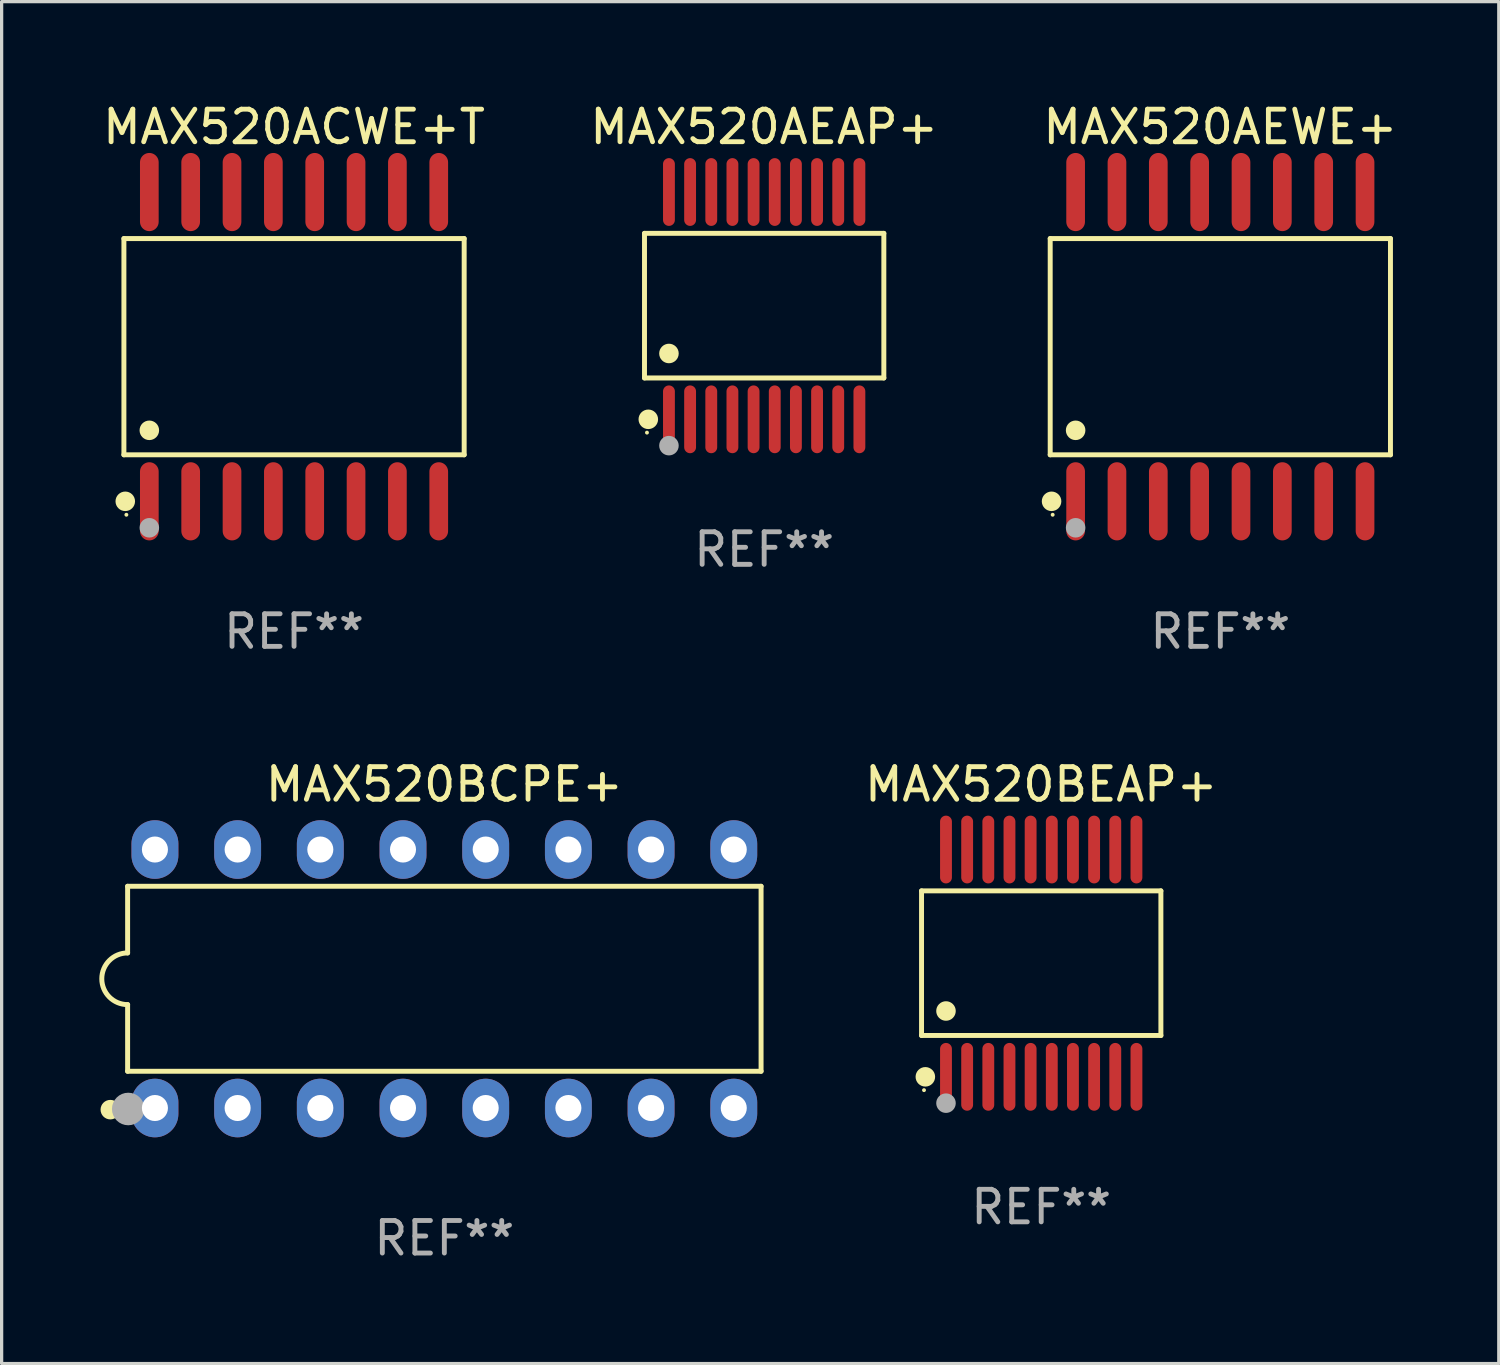
<source format=kicad_pcb>
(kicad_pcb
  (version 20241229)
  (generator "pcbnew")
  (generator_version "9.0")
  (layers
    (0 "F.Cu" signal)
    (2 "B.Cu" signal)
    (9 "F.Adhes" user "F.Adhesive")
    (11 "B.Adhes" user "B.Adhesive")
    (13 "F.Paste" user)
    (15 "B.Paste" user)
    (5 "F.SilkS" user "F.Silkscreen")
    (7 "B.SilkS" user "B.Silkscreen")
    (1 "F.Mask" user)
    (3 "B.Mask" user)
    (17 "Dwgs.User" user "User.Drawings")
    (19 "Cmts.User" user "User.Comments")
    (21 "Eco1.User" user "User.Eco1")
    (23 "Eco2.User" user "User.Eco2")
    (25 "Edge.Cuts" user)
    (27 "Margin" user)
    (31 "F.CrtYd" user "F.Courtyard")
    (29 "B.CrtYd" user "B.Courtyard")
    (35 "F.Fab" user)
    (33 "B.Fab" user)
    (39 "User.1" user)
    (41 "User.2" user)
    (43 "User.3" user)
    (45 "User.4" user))
  (footprint "MAX520BEAP+"
    (layer "F.Cu")
    (at 28.933 26.536)
    (property "Reference" "MAX520BEAP+" (at 0 -5.491 0) (layer "F.SilkS") (effects (font (size 1 1) (thickness 0.15))))
    (attr through_hole)
    (fp_line (start -3.676 -2.221) (end 3.676 -2.221) (stroke (width 0.152) (type solid)) (layer "F.SilkS"))
    (fp_line (start -3.676 2.221) (end -3.676 -2.221) (stroke (width 0.152) (type solid)) (layer "F.SilkS"))
    (fp_line (start 3.676 -2.221) (end 3.676 2.221) (stroke (width 0.152) (type solid)) (layer "F.SilkS"))
    (fp_line (start 3.676 2.221) (end -3.676 2.221) (stroke (width 0.152) (type solid)) (layer "F.SilkS"))
    (fp_circle (center -3.6 3.9) (end -3.57 3.9) (stroke (width 0.06) (type solid)) (fill no) (layer "F.SilkS"))
    (fp_circle (center -3.559 3.491) (end -3.409 3.491) (stroke (width 0.3) (type solid)) (fill no) (layer "F.SilkS"))
    (fp_circle (center -2.925 1.469) (end -2.775 1.469) (stroke (width 0.3) (type solid)) (fill no) (layer "F.SilkS"))
    (fp_circle (center -2.925 4.3) (end -2.775 4.3) (stroke (width 0.3) (type solid)) (fill no) (layer "F.Fab"))
    (fp_text user "REF**" (at 0 7.491 0) (layer "F.Fab") (effects (font (size 1 1) (thickness 0.15))))
    (pad "1" smd oval (at -2.925 3.491) (size 0.364 2.082) (layers "F.Cu" "F.Mask" "F.Paste"))
    (pad "2" smd oval (at -2.275 3.491) (size 0.364 2.082) (layers "F.Cu" "F.Mask" "F.Paste"))
    (pad "3" smd oval (at -1.625 3.491) (size 0.364 2.082) (layers "F.Cu" "F.Mask" "F.Paste"))
    (pad "4" smd oval (at -0.975 3.491) (size 0.364 2.082) (layers "F.Cu" "F.Mask" "F.Paste"))
    (pad "5" smd oval (at -0.325 3.491) (size 0.364 2.082) (layers "F.Cu" "F.Mask" "F.Paste"))
    (pad "6" smd oval (at 0.325 3.491) (size 0.364 2.082) (layers "F.Cu" "F.Mask" "F.Paste"))
    (pad "7" smd oval (at 0.975 3.491) (size 0.364 2.082) (layers "F.Cu" "F.Mask" "F.Paste"))
    (pad "8" smd oval (at 1.625 3.491) (size 0.364 2.082) (layers "F.Cu" "F.Mask" "F.Paste"))
    (pad "9" smd oval (at 2.275 3.491) (size 0.364 2.082) (layers "F.Cu" "F.Mask" "F.Paste"))
    (pad "10" smd oval (at 2.925 3.491) (size 0.364 2.082) (layers "F.Cu" "F.Mask" "F.Paste"))
    (pad "11" smd oval (at 2.925 -3.491) (size 0.364 2.082) (layers "F.Cu" "F.Mask" "F.Paste"))
    (pad "12" smd oval (at 2.275 -3.491) (size 0.364 2.082) (layers "F.Cu" "F.Mask" "F.Paste"))
    (pad "13" smd oval (at 1.625 -3.491) (size 0.364 2.082) (layers "F.Cu" "F.Mask" "F.Paste"))
    (pad "14" smd oval (at 0.975 -3.491) (size 0.364 2.082) (layers "F.Cu" "F.Mask" "F.Paste"))
    (pad "15" smd oval (at 0.325 -3.491) (size 0.364 2.082) (layers "F.Cu" "F.Mask" "F.Paste"))
    (pad "16" smd oval (at -0.325 -3.491) (size 0.364 2.082) (layers "F.Cu" "F.Mask" "F.Paste"))
    (pad "17" smd oval (at -0.975 -3.491) (size 0.364 2.082) (layers "F.Cu" "F.Mask" "F.Paste"))
    (pad "18" smd oval (at -1.625 -3.491) (size 0.364 2.082) (layers "F.Cu" "F.Mask" "F.Paste"))
    (pad "19" smd oval (at -2.275 -3.491) (size 0.364 2.082) (layers "F.Cu" "F.Mask" "F.Paste"))
    (pad "20" smd oval (at -2.925 -3.491) (size 0.364 2.082) (layers "F.Cu" "F.Mask" "F.Paste")))
  (footprint "MAX520AEWE+"
    (layer "F.Cu")
    (at 34.435 7.599)
    (property "Reference" "MAX520AEWE+" (at 0 -6.75 0) (layer "F.SilkS") (effects (font (size 1 1) (thickness 0.15))))
    (attr through_hole)
    (fp_line (start -5.226 -3.321) (end 5.226 -3.321) (stroke (width 0.152) (type solid)) (layer "F.SilkS"))
    (fp_line (start -5.226 3.321) (end -5.226 -3.321) (stroke (width 0.152) (type solid)) (layer "F.SilkS"))
    (fp_line (start 5.226 -3.321) (end 5.226 3.321) (stroke (width 0.152) (type solid)) (layer "F.SilkS"))
    (fp_line (start 5.226 3.321) (end -5.226 3.321) (stroke (width 0.152) (type solid)) (layer "F.SilkS"))
    (fp_circle (center -5.184 4.75) (end -5.034 4.75) (stroke (width 0.3) (type solid)) (fill no) (layer "F.SilkS"))
    (fp_circle (center -5.15 5.163) (end -5.12 5.163) (stroke (width 0.06) (type solid)) (fill no) (layer "F.SilkS"))
    (fp_circle (center -4.445 2.569) (end -4.295 2.569) (stroke (width 0.3) (type solid)) (fill no) (layer "F.SilkS"))
    (fp_circle (center -4.445 5.563) (end -4.295 5.563) (stroke (width 0.3) (type solid)) (fill no) (layer "F.Fab"))
    (fp_text user "REF**" (at 0 8.75 0) (layer "F.Fab") (effects (font (size 1 1) (thickness 0.15))))
    (pad "1" smd oval (at -4.445 4.75) (size 0.574 2.401) (layers "F.Cu" "F.Mask" "F.Paste"))
    (pad "2" smd oval (at -3.175 4.75) (size 0.574 2.401) (layers "F.Cu" "F.Mask" "F.Paste"))
    (pad "3" smd oval (at -1.905 4.75) (size 0.574 2.401) (layers "F.Cu" "F.Mask" "F.Paste"))
    (pad "4" smd oval (at -0.635 4.75) (size 0.574 2.401) (layers "F.Cu" "F.Mask" "F.Paste"))
    (pad "5" smd oval (at 0.635 4.75) (size 0.574 2.401) (layers "F.Cu" "F.Mask" "F.Paste"))
    (pad "6" smd oval (at 1.905 4.75) (size 0.574 2.401) (layers "F.Cu" "F.Mask" "F.Paste"))
    (pad "7" smd oval (at 3.175 4.75) (size 0.574 2.401) (layers "F.Cu" "F.Mask" "F.Paste"))
    (pad "8" smd oval (at 4.445 4.75) (size 0.574 2.401) (layers "F.Cu" "F.Mask" "F.Paste"))
    (pad "9" smd oval (at 4.445 -4.75) (size 0.574 2.401) (layers "F.Cu" "F.Mask" "F.Paste"))
    (pad "10" smd oval (at 3.175 -4.75) (size 0.574 2.401) (layers "F.Cu" "F.Mask" "F.Paste"))
    (pad "11" smd oval (at 1.905 -4.75) (size 0.574 2.401) (layers "F.Cu" "F.Mask" "F.Paste"))
    (pad "12" smd oval (at 0.635 -4.75) (size 0.574 2.401) (layers "F.Cu" "F.Mask" "F.Paste"))
    (pad "13" smd oval (at -0.635 -4.75) (size 0.574 2.401) (layers "F.Cu" "F.Mask" "F.Paste"))
    (pad "14" smd oval (at -1.905 -4.75) (size 0.574 2.401) (layers "F.Cu" "F.Mask" "F.Paste"))
    (pad "15" smd oval (at -3.175 -4.75) (size 0.574 2.401) (layers "F.Cu" "F.Mask" "F.Paste"))
    (pad "16" smd oval (at -4.445 -4.75) (size 0.574 2.401) (layers "F.Cu" "F.Mask" "F.Paste")))
  (footprint "MAX520AEAP+"
    (layer "F.Cu")
    (at 20.423 6.339)
    (property "Reference" "MAX520AEAP+" (at 0 -5.491 0) (layer "F.SilkS") (effects (font (size 1 1) (thickness 0.15))))
    (attr through_hole)
    (fp_line (start -3.676 -2.221) (end 3.676 -2.221) (stroke (width 0.152) (type solid)) (layer "F.SilkS"))
    (fp_line (start -3.676 2.221) (end -3.676 -2.221) (stroke (width 0.152) (type solid)) (layer "F.SilkS"))
    (fp_line (start 3.676 -2.221) (end 3.676 2.221) (stroke (width 0.152) (type solid)) (layer "F.SilkS"))
    (fp_line (start 3.676 2.221) (end -3.676 2.221) (stroke (width 0.152) (type solid)) (layer "F.SilkS"))
    (fp_circle (center -3.6 3.9) (end -3.57 3.9) (stroke (width 0.06) (type solid)) (fill no) (layer "F.SilkS"))
    (fp_circle (center -3.559 3.491) (end -3.409 3.491) (stroke (width 0.3) (type solid)) (fill no) (layer "F.SilkS"))
    (fp_circle (center -2.925 1.469) (end -2.775 1.469) (stroke (width 0.3) (type solid)) (fill no) (layer "F.SilkS"))
    (fp_circle (center -2.925 4.3) (end -2.775 4.3) (stroke (width 0.3) (type solid)) (fill no) (layer "F.Fab"))
    (fp_text user "REF**" (at 0 7.491 0) (layer "F.Fab") (effects (font (size 1 1) (thickness 0.15))))
    (pad "1" smd oval (at -2.925 3.491) (size 0.364 2.082) (layers "F.Cu" "F.Mask" "F.Paste"))
    (pad "2" smd oval (at -2.275 3.491) (size 0.364 2.082) (layers "F.Cu" "F.Mask" "F.Paste"))
    (pad "3" smd oval (at -1.625 3.491) (size 0.364 2.082) (layers "F.Cu" "F.Mask" "F.Paste"))
    (pad "4" smd oval (at -0.975 3.491) (size 0.364 2.082) (layers "F.Cu" "F.Mask" "F.Paste"))
    (pad "5" smd oval (at -0.325 3.491) (size 0.364 2.082) (layers "F.Cu" "F.Mask" "F.Paste"))
    (pad "6" smd oval (at 0.325 3.491) (size 0.364 2.082) (layers "F.Cu" "F.Mask" "F.Paste"))
    (pad "7" smd oval (at 0.975 3.491) (size 0.364 2.082) (layers "F.Cu" "F.Mask" "F.Paste"))
    (pad "8" smd oval (at 1.625 3.491) (size 0.364 2.082) (layers "F.Cu" "F.Mask" "F.Paste"))
    (pad "9" smd oval (at 2.275 3.491) (size 0.364 2.082) (layers "F.Cu" "F.Mask" "F.Paste"))
    (pad "10" smd oval (at 2.925 3.491) (size 0.364 2.082) (layers "F.Cu" "F.Mask" "F.Paste"))
    (pad "11" smd oval (at 2.925 -3.491) (size 0.364 2.082) (layers "F.Cu" "F.Mask" "F.Paste"))
    (pad "12" smd oval (at 2.275 -3.491) (size 0.364 2.082) (layers "F.Cu" "F.Mask" "F.Paste"))
    (pad "13" smd oval (at 1.625 -3.491) (size 0.364 2.082) (layers "F.Cu" "F.Mask" "F.Paste"))
    (pad "14" smd oval (at 0.975 -3.491) (size 0.364 2.082) (layers "F.Cu" "F.Mask" "F.Paste"))
    (pad "15" smd oval (at 0.325 -3.491) (size 0.364 2.082) (layers "F.Cu" "F.Mask" "F.Paste"))
    (pad "16" smd oval (at -0.325 -3.491) (size 0.364 2.082) (layers "F.Cu" "F.Mask" "F.Paste"))
    (pad "17" smd oval (at -0.975 -3.491) (size 0.364 2.082) (layers "F.Cu" "F.Mask" "F.Paste"))
    (pad "18" smd oval (at -1.625 -3.491) (size 0.364 2.082) (layers "F.Cu" "F.Mask" "F.Paste"))
    (pad "19" smd oval (at -2.275 -3.491) (size 0.364 2.082) (layers "F.Cu" "F.Mask" "F.Paste"))
    (pad "20" smd oval (at -2.925 -3.491) (size 0.364 2.082) (layers "F.Cu" "F.Mask" "F.Paste")))
  (footprint "MAX520BCPE+"
    (layer "F.Cu")
    (at 10.599 27.015)
    (property "Reference" "MAX520BCPE+" (at 0 -5.97 0) (layer "F.SilkS") (effects (font (size 1 1) (thickness 0.15))))
    (attr through_hole)
    (fp_line (start -9.729 -2.841) (end -9.729 -0.794) (stroke (width 0.152) (type solid)) (layer "F.SilkS"))
    (fp_line (start -9.729 0.794) (end -9.729 2.841) (stroke (width 0.152) (type solid)) (layer "F.SilkS"))
    (fp_line (start -9.729 2.841) (end 9.729 2.841) (stroke (width 0.152) (type solid)) (layer "F.SilkS"))
    (fp_line (start 9.729 -2.841) (end -9.729 -2.841) (stroke (width 0.152) (type solid)) (layer "F.SilkS"))
    (fp_line (start 9.729 2.841) (end 9.729 -2.841) (stroke (width 0.152) (type solid)) (layer "F.SilkS"))
    (fp_arc (start -9.7287 0.793749) (mid -10.522449 0) (end -9.7287 -0.793749) (stroke (width 0.1524) (type solid)) (layer "F.SilkS"))
    (fp_circle (center -10.26 4.02) (end -10.11 4.02) (stroke (width 0.3) (type solid)) (fill no) (layer "F.SilkS"))
    (fp_circle (center -9.653 4.23) (end -9.623 4.23) (stroke (width 0.06) (type solid)) (fill no) (layer "F.SilkS"))
    (fp_circle (center -9.71 4) (end -9.46 4) (stroke (width 0.5) (type solid)) (fill no) (layer "F.Fab"))
    (fp_text user "REF**" (at 0 7.97 0) (layer "F.Fab") (effects (font (size 1 1) (thickness 0.15))))
    (pad "1" thru_hole oval (at -8.89 3.97) (size 1.44 1.8) (drill 0.8) (layers "*.Cu" "*.Mask"))
    (pad "2" thru_hole oval (at -6.35 3.97) (size 1.44 1.8) (drill 0.8) (layers "*.Cu" "*.Mask"))
    (pad "3" thru_hole oval (at -3.81 3.97) (size 1.44 1.8) (drill 0.8) (layers "*.Cu" "*.Mask"))
    (pad "4" thru_hole oval (at -1.27 3.97) (size 1.44 1.8) (drill 0.8) (layers "*.Cu" "*.Mask"))
    (pad "5" thru_hole oval (at 1.27 3.97) (size 1.44 1.8) (drill 0.8) (layers "*.Cu" "*.Mask"))
    (pad "6" thru_hole oval (at 3.81 3.97) (size 1.44 1.8) (drill 0.8) (layers "*.Cu" "*.Mask"))
    (pad "7" thru_hole oval (at 6.35 3.97) (size 1.44 1.8) (drill 0.8) (layers "*.Cu" "*.Mask"))
    (pad "8" thru_hole oval (at 8.89 3.97) (size 1.44 1.8) (drill 0.8) (layers "*.Cu" "*.Mask"))
    (pad "9" thru_hole oval (at 8.89 -3.97) (size 1.44 1.8) (drill 0.8) (layers "*.Cu" "*.Mask"))
    (pad "10" thru_hole oval (at 6.35 -3.97) (size 1.44 1.8) (drill 0.8) (layers "*.Cu" "*.Mask"))
    (pad "11" thru_hole oval (at 3.81 -3.97) (size 1.44 1.8) (drill 0.8) (layers "*.Cu" "*.Mask"))
    (pad "12" thru_hole oval (at 1.27 -3.97) (size 1.44 1.8) (drill 0.8) (layers "*.Cu" "*.Mask"))
    (pad "13" thru_hole oval (at -1.27 -3.97) (size 1.44 1.8) (drill 0.8) (layers "*.Cu" "*.Mask"))
    (pad "14" thru_hole oval (at -3.81 -3.97) (size 1.44 1.8) (drill 0.8) (layers "*.Cu" "*.Mask"))
    (pad "15" thru_hole oval (at -6.35 -3.97) (size 1.44 1.8) (drill 0.8) (layers "*.Cu" "*.Mask"))
    (pad "16" thru_hole oval (at -8.89 -3.97) (size 1.44 1.8) (drill 0.8) (layers "*.Cu" "*.Mask")))
  (footprint "MAX520ACWE+T"
    (layer "F.Cu")
    (at 5.982 7.599)
    (property "Reference" "MAX520ACWE+T" (at 0 -6.75 0) (layer "F.SilkS") (effects (font (size 1 1) (thickness 0.15))))
    (attr through_hole)
    (fp_line (start -5.226 -3.321) (end 5.226 -3.321) (stroke (width 0.152) (type solid)) (layer "F.SilkS"))
    (fp_line (start -5.226 3.321) (end -5.226 -3.321) (stroke (width 0.152) (type solid)) (layer "F.SilkS"))
    (fp_line (start 5.226 -3.321) (end 5.226 3.321) (stroke (width 0.152) (type solid)) (layer "F.SilkS"))
    (fp_line (start 5.226 3.321) (end -5.226 3.321) (stroke (width 0.152) (type solid)) (layer "F.SilkS"))
    (fp_circle (center -5.184 4.75) (end -5.034 4.75) (stroke (width 0.3) (type solid)) (fill no) (layer "F.SilkS"))
    (fp_circle (center -5.15 5.163) (end -5.12 5.163) (stroke (width 0.06) (type solid)) (fill no) (layer "F.SilkS"))
    (fp_circle (center -4.445 2.569) (end -4.295 2.569) (stroke (width 0.3) (type solid)) (fill no) (layer "F.SilkS"))
    (fp_circle (center -4.445 5.563) (end -4.295 5.563) (stroke (width 0.3) (type solid)) (fill no) (layer "F.Fab"))
    (fp_text user "REF**" (at 0 8.75 0) (layer "F.Fab") (effects (font (size 1 1) (thickness 0.15))))
    (pad "1" smd oval (at -4.445 4.75) (size 0.574 2.401) (layers "F.Cu" "F.Mask" "F.Paste"))
    (pad "2" smd oval (at -3.175 4.75) (size 0.574 2.401) (layers "F.Cu" "F.Mask" "F.Paste"))
    (pad "3" smd oval (at -1.905 4.75) (size 0.574 2.401) (layers "F.Cu" "F.Mask" "F.Paste"))
    (pad "4" smd oval (at -0.635 4.75) (size 0.574 2.401) (layers "F.Cu" "F.Mask" "F.Paste"))
    (pad "5" smd oval (at 0.635 4.75) (size 0.574 2.401) (layers "F.Cu" "F.Mask" "F.Paste"))
    (pad "6" smd oval (at 1.905 4.75) (size 0.574 2.401) (layers "F.Cu" "F.Mask" "F.Paste"))
    (pad "7" smd oval (at 3.175 4.75) (size 0.574 2.401) (layers "F.Cu" "F.Mask" "F.Paste"))
    (pad "8" smd oval (at 4.445 4.75) (size 0.574 2.401) (layers "F.Cu" "F.Mask" "F.Paste"))
    (pad "9" smd oval (at 4.445 -4.75) (size 0.574 2.401) (layers "F.Cu" "F.Mask" "F.Paste"))
    (pad "10" smd oval (at 3.175 -4.75) (size 0.574 2.401) (layers "F.Cu" "F.Mask" "F.Paste"))
    (pad "11" smd oval (at 1.905 -4.75) (size 0.574 2.401) (layers "F.Cu" "F.Mask" "F.Paste"))
    (pad "12" smd oval (at 0.635 -4.75) (size 0.574 2.401) (layers "F.Cu" "F.Mask" "F.Paste"))
    (pad "13" smd oval (at -0.635 -4.75) (size 0.574 2.401) (layers "F.Cu" "F.Mask" "F.Paste"))
    (pad "14" smd oval (at -1.905 -4.75) (size 0.574 2.401) (layers "F.Cu" "F.Mask" "F.Paste"))
    (pad "15" smd oval (at -3.175 -4.75) (size 0.574 2.401) (layers "F.Cu" "F.Mask" "F.Paste"))
    (pad "16" smd oval (at -4.445 -4.75) (size 0.574 2.401) (layers "F.Cu" "F.Mask" "F.Paste")))
  (gr_rect
    (start -3 -3)
    (end 42.988 38.834)
    (stroke (width 0.1) (type default))
    (fill no)
    (layer "Edge.Cuts")))
</source>
